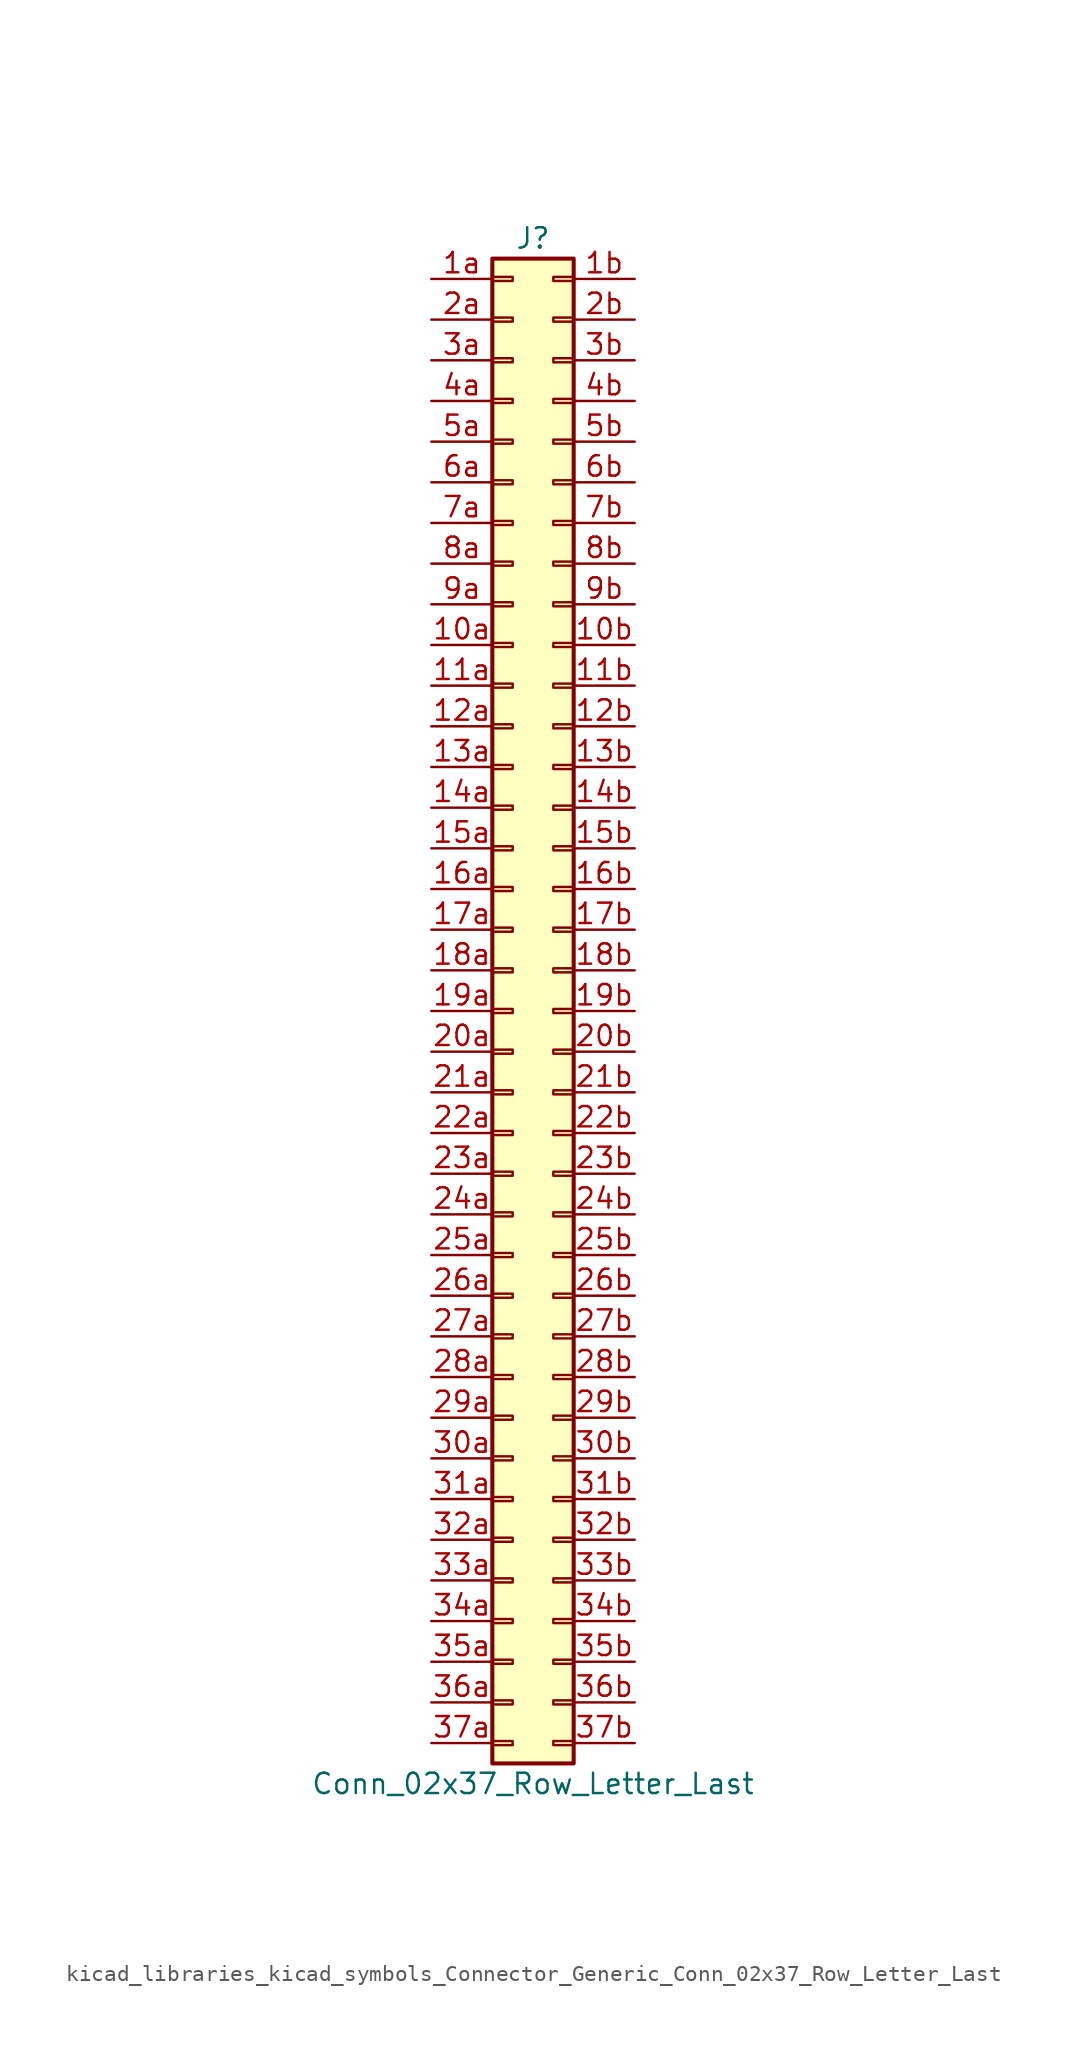
<source format=kicad_sym>
(kicad_symbol_lib
  (version 20220914)
  (generator kicad_symbol_editor)
  (symbol "kicad_libraries_kicad_symbols_Connector_Generic_Conn_02x37_Row_Letter_Last"
    (pin_names
      (offset 1.016) hide)
    (property "Reference" "J"
      (at 1.27 48.26 0)
      (effects (font (size 1.27 1.27))))
    (property "Value" "Conn_02x37_Row_Letter_Last"
      (at 1.27 -48.26 0)
      (effects (font (size 1.27 1.27))))
    (symbol "kicad_libraries_kicad_symbols_Connector_Generic_Conn_02x37_Row_Letter_Last_1_1"
      (rectangle (start -1.27 -45.593) (end 0 -45.847) (stroke (width 0.152) (type default)) (fill (type none)))
      (rectangle (start -1.27 -43.053) (end 0 -43.307) (stroke (width 0.152) (type default)) (fill (type none)))
      (rectangle (start -1.27 -40.513) (end 0 -40.767) (stroke (width 0.152) (type default)) (fill (type none)))
      (rectangle (start -1.27 -37.973) (end 0 -38.227) (stroke (width 0.152) (type default)) (fill (type none)))
      (rectangle (start -1.27 -35.433) (end 0 -35.687) (stroke (width 0.152) (type default)) (fill (type none)))
      (rectangle (start -1.27 -32.893) (end 0 -33.147) (stroke (width 0.152) (type default)) (fill (type none)))
      (rectangle (start -1.27 -30.353) (end 0 -30.607) (stroke (width 0.152) (type default)) (fill (type none)))
      (rectangle (start -1.27 -27.813) (end 0 -28.067) (stroke (width 0.152) (type default)) (fill (type none)))
      (rectangle (start -1.27 -25.273) (end 0 -25.527) (stroke (width 0.152) (type default)) (fill (type none)))
      (rectangle (start -1.27 -22.733) (end 0 -22.987) (stroke (width 0.152) (type default)) (fill (type none)))
      (rectangle (start -1.27 -20.193) (end 0 -20.447) (stroke (width 0.152) (type default)) (fill (type none)))
      (rectangle (start -1.27 -17.653) (end 0 -17.907) (stroke (width 0.152) (type default)) (fill (type none)))
      (rectangle (start -1.27 -15.113) (end 0 -15.367) (stroke (width 0.152) (type default)) (fill (type none)))
      (rectangle (start -1.27 -12.573) (end 0 -12.827) (stroke (width 0.152) (type default)) (fill (type none)))
      (rectangle (start -1.27 -10.033) (end 0 -10.287) (stroke (width 0.152) (type default)) (fill (type none)))
      (rectangle (start -1.27 -7.493) (end 0 -7.747) (stroke (width 0.152) (type default)) (fill (type none)))
      (rectangle (start -1.27 -4.953) (end 0 -5.207) (stroke (width 0.152) (type default)) (fill (type none)))
      (rectangle (start -1.27 -2.413) (end 0 -2.667) (stroke (width 0.152) (type default)) (fill (type none)))
      (rectangle (start -1.27 0.127) (end 0 -0.127) (stroke (width 0.152) (type default)) (fill (type none)))
      (rectangle (start -1.27 2.667) (end 0 2.413) (stroke (width 0.152) (type default)) (fill (type none)))
      (rectangle (start -1.27 5.207) (end 0 4.953) (stroke (width 0.152) (type default)) (fill (type none)))
      (rectangle (start -1.27 7.747) (end 0 7.493) (stroke (width 0.152) (type default)) (fill (type none)))
      (rectangle (start -1.27 10.287) (end 0 10.033) (stroke (width 0.152) (type default)) (fill (type none)))
      (rectangle (start -1.27 12.827) (end 0 12.573) (stroke (width 0.152) (type default)) (fill (type none)))
      (rectangle (start -1.27 15.367) (end 0 15.113) (stroke (width 0.152) (type default)) (fill (type none)))
      (rectangle (start -1.27 17.907) (end 0 17.653) (stroke (width 0.152) (type default)) (fill (type none)))
      (rectangle (start -1.27 20.447) (end 0 20.193) (stroke (width 0.152) (type default)) (fill (type none)))
      (rectangle (start -1.27 22.987) (end 0 22.733) (stroke (width 0.152) (type default)) (fill (type none)))
      (rectangle (start -1.27 25.527) (end 0 25.273) (stroke (width 0.152) (type default)) (fill (type none)))
      (rectangle (start -1.27 28.067) (end 0 27.813) (stroke (width 0.152) (type default)) (fill (type none)))
      (rectangle (start -1.27 30.607) (end 0 30.353) (stroke (width 0.152) (type default)) (fill (type none)))
      (rectangle (start -1.27 33.147) (end 0 32.893) (stroke (width 0.152) (type default)) (fill (type none)))
      (rectangle (start -1.27 35.687) (end 0 35.433) (stroke (width 0.152) (type default)) (fill (type none)))
      (rectangle (start -1.27 38.227) (end 0 37.973) (stroke (width 0.152) (type default)) (fill (type none)))
      (rectangle (start -1.27 40.767) (end 0 40.513) (stroke (width 0.152) (type default)) (fill (type none)))
      (rectangle (start -1.27 43.307) (end 0 43.053) (stroke (width 0.152) (type default)) (fill (type none)))
      (rectangle (start -1.27 45.847) (end 0 45.593) (stroke (width 0.152) (type default)) (fill (type none)))
      (rectangle (start -1.27 46.99) (end 3.81 -46.99) (stroke (width 0.254) (type default)) (fill (type background)))
      (rectangle (start 3.81 -45.593) (end 2.54 -45.847) (stroke (width 0.152) (type default)) (fill (type none)))
      (rectangle (start 3.81 -43.053) (end 2.54 -43.307) (stroke (width 0.152) (type default)) (fill (type none)))
      (rectangle (start 3.81 -40.513) (end 2.54 -40.767) (stroke (width 0.152) (type default)) (fill (type none)))
      (rectangle (start 3.81 -37.973) (end 2.54 -38.227) (stroke (width 0.152) (type default)) (fill (type none)))
      (rectangle (start 3.81 -35.433) (end 2.54 -35.687) (stroke (width 0.152) (type default)) (fill (type none)))
      (rectangle (start 3.81 -32.893) (end 2.54 -33.147) (stroke (width 0.152) (type default)) (fill (type none)))
      (rectangle (start 3.81 -30.353) (end 2.54 -30.607) (stroke (width 0.152) (type default)) (fill (type none)))
      (rectangle (start 3.81 -27.813) (end 2.54 -28.067) (stroke (width 0.152) (type default)) (fill (type none)))
      (rectangle (start 3.81 -25.273) (end 2.54 -25.527) (stroke (width 0.152) (type default)) (fill (type none)))
      (rectangle (start 3.81 -22.733) (end 2.54 -22.987) (stroke (width 0.152) (type default)) (fill (type none)))
      (rectangle (start 3.81 -20.193) (end 2.54 -20.447) (stroke (width 0.152) (type default)) (fill (type none)))
      (rectangle (start 3.81 -17.653) (end 2.54 -17.907) (stroke (width 0.152) (type default)) (fill (type none)))
      (rectangle (start 3.81 -15.113) (end 2.54 -15.367) (stroke (width 0.152) (type default)) (fill (type none)))
      (rectangle (start 3.81 -12.573) (end 2.54 -12.827) (stroke (width 0.152) (type default)) (fill (type none)))
      (rectangle (start 3.81 -10.033) (end 2.54 -10.287) (stroke (width 0.152) (type default)) (fill (type none)))
      (rectangle (start 3.81 -7.493) (end 2.54 -7.747) (stroke (width 0.152) (type default)) (fill (type none)))
      (rectangle (start 3.81 -4.953) (end 2.54 -5.207) (stroke (width 0.152) (type default)) (fill (type none)))
      (rectangle (start 3.81 -2.413) (end 2.54 -2.667) (stroke (width 0.152) (type default)) (fill (type none)))
      (rectangle (start 3.81 0.127) (end 2.54 -0.127) (stroke (width 0.152) (type default)) (fill (type none)))
      (rectangle (start 3.81 2.667) (end 2.54 2.413) (stroke (width 0.152) (type default)) (fill (type none)))
      (rectangle (start 3.81 5.207) (end 2.54 4.953) (stroke (width 0.152) (type default)) (fill (type none)))
      (rectangle (start 3.81 7.747) (end 2.54 7.493) (stroke (width 0.152) (type default)) (fill (type none)))
      (rectangle (start 3.81 10.287) (end 2.54 10.033) (stroke (width 0.152) (type default)) (fill (type none)))
      (rectangle (start 3.81 12.827) (end 2.54 12.573) (stroke (width 0.152) (type default)) (fill (type none)))
      (rectangle (start 3.81 15.367) (end 2.54 15.113) (stroke (width 0.152) (type default)) (fill (type none)))
      (rectangle (start 3.81 17.907) (end 2.54 17.653) (stroke (width 0.152) (type default)) (fill (type none)))
      (rectangle (start 3.81 20.447) (end 2.54 20.193) (stroke (width 0.152) (type default)) (fill (type none)))
      (rectangle (start 3.81 22.987) (end 2.54 22.733) (stroke (width 0.152) (type default)) (fill (type none)))
      (rectangle (start 3.81 25.527) (end 2.54 25.273) (stroke (width 0.152) (type default)) (fill (type none)))
      (rectangle (start 3.81 28.067) (end 2.54 27.813) (stroke (width 0.152) (type default)) (fill (type none)))
      (rectangle (start 3.81 30.607) (end 2.54 30.353) (stroke (width 0.152) (type default)) (fill (type none)))
      (rectangle (start 3.81 33.147) (end 2.54 32.893) (stroke (width 0.152) (type default)) (fill (type none)))
      (rectangle (start 3.81 35.687) (end 2.54 35.433) (stroke (width 0.152) (type default)) (fill (type none)))
      (rectangle (start 3.81 38.227) (end 2.54 37.973) (stroke (width 0.152) (type default)) (fill (type none)))
      (rectangle (start 3.81 40.767) (end 2.54 40.513) (stroke (width 0.152) (type default)) (fill (type none)))
      (rectangle (start 3.81 43.307) (end 2.54 43.053) (stroke (width 0.152) (type default)) (fill (type none)))
      (rectangle (start 3.81 45.847) (end 2.54 45.593) (stroke (width 0.152) (type default)) (fill (type none)))
      (pin passive line (at -5.08 22.86 0) (length 3.81) (name "Pin_10a" (effects (font (size 1.27 1.27)))) (number "10a" (effects (font (size 1.27 1.27)))))
      (pin passive line (at 7.62 22.86 180) (length 3.81) (name "Pin_10b" (effects (font (size 1.27 1.27)))) (number "10b" (effects (font (size 1.27 1.27)))))
      (pin passive line (at -5.08 20.32 0) (length 3.81) (name "Pin_11a" (effects (font (size 1.27 1.27)))) (number "11a" (effects (font (size 1.27 1.27)))))
      (pin passive line (at 7.62 20.32 180) (length 3.81) (name "Pin_11b" (effects (font (size 1.27 1.27)))) (number "11b" (effects (font (size 1.27 1.27)))))
      (pin passive line (at -5.08 17.78 0) (length 3.81) (name "Pin_12a" (effects (font (size 1.27 1.27)))) (number "12a" (effects (font (size 1.27 1.27)))))
      (pin passive line (at 7.62 17.78 180) (length 3.81) (name "Pin_12b" (effects (font (size 1.27 1.27)))) (number "12b" (effects (font (size 1.27 1.27)))))
      (pin passive line (at -5.08 15.24 0) (length 3.81) (name "Pin_13a" (effects (font (size 1.27 1.27)))) (number "13a" (effects (font (size 1.27 1.27)))))
      (pin passive line (at 7.62 15.24 180) (length 3.81) (name "Pin_13b" (effects (font (size 1.27 1.27)))) (number "13b" (effects (font (size 1.27 1.27)))))
      (pin passive line (at -5.08 12.7 0) (length 3.81) (name "Pin_14a" (effects (font (size 1.27 1.27)))) (number "14a" (effects (font (size 1.27 1.27)))))
      (pin passive line (at 7.62 12.7 180) (length 3.81) (name "Pin_14b" (effects (font (size 1.27 1.27)))) (number "14b" (effects (font (size 1.27 1.27)))))
      (pin passive line (at -5.08 10.16 0) (length 3.81) (name "Pin_15a" (effects (font (size 1.27 1.27)))) (number "15a" (effects (font (size 1.27 1.27)))))
      (pin passive line (at 7.62 10.16 180) (length 3.81) (name "Pin_15b" (effects (font (size 1.27 1.27)))) (number "15b" (effects (font (size 1.27 1.27)))))
      (pin passive line (at -5.08 7.62 0) (length 3.81) (name "Pin_16a" (effects (font (size 1.27 1.27)))) (number "16a" (effects (font (size 1.27 1.27)))))
      (pin passive line (at 7.62 7.62 180) (length 3.81) (name "Pin_16b" (effects (font (size 1.27 1.27)))) (number "16b" (effects (font (size 1.27 1.27)))))
      (pin passive line (at -5.08 5.08 0) (length 3.81) (name "Pin_17a" (effects (font (size 1.27 1.27)))) (number "17a" (effects (font (size 1.27 1.27)))))
      (pin passive line (at 7.62 5.08 180) (length 3.81) (name "Pin_17b" (effects (font (size 1.27 1.27)))) (number "17b" (effects (font (size 1.27 1.27)))))
      (pin passive line (at -5.08 2.54 0) (length 3.81) (name "Pin_18a" (effects (font (size 1.27 1.27)))) (number "18a" (effects (font (size 1.27 1.27)))))
      (pin passive line (at 7.62 2.54 180) (length 3.81) (name "Pin_18b" (effects (font (size 1.27 1.27)))) (number "18b" (effects (font (size 1.27 1.27)))))
      (pin passive line (at -5.08 0 0) (length 3.81) (name "Pin_19a" (effects (font (size 1.27 1.27)))) (number "19a" (effects (font (size 1.27 1.27)))))
      (pin passive line (at 7.62 0 180) (length 3.81) (name "Pin_19b" (effects (font (size 1.27 1.27)))) (number "19b" (effects (font (size 1.27 1.27)))))
      (pin passive line (at -5.08 45.72 0) (length 3.81) (name "Pin_1a" (effects (font (size 1.27 1.27)))) (number "1a" (effects (font (size 1.27 1.27)))))
      (pin passive line (at 7.62 45.72 180) (length 3.81) (name "Pin_1b" (effects (font (size 1.27 1.27)))) (number "1b" (effects (font (size 1.27 1.27)))))
      (pin passive line (at -5.08 -2.54 0) (length 3.81) (name "Pin_20a" (effects (font (size 1.27 1.27)))) (number "20a" (effects (font (size 1.27 1.27)))))
      (pin passive line (at 7.62 -2.54 180) (length 3.81) (name "Pin_20b" (effects (font (size 1.27 1.27)))) (number "20b" (effects (font (size 1.27 1.27)))))
      (pin passive line (at -5.08 -5.08 0) (length 3.81) (name "Pin_21a" (effects (font (size 1.27 1.27)))) (number "21a" (effects (font (size 1.27 1.27)))))
      (pin passive line (at 7.62 -5.08 180) (length 3.81) (name "Pin_21b" (effects (font (size 1.27 1.27)))) (number "21b" (effects (font (size 1.27 1.27)))))
      (pin passive line (at -5.08 -7.62 0) (length 3.81) (name "Pin_22a" (effects (font (size 1.27 1.27)))) (number "22a" (effects (font (size 1.27 1.27)))))
      (pin passive line (at 7.62 -7.62 180) (length 3.81) (name "Pin_22b" (effects (font (size 1.27 1.27)))) (number "22b" (effects (font (size 1.27 1.27)))))
      (pin passive line (at -5.08 -10.16 0) (length 3.81) (name "Pin_23a" (effects (font (size 1.27 1.27)))) (number "23a" (effects (font (size 1.27 1.27)))))
      (pin passive line (at 7.62 -10.16 180) (length 3.81) (name "Pin_23b" (effects (font (size 1.27 1.27)))) (number "23b" (effects (font (size 1.27 1.27)))))
      (pin passive line (at -5.08 -12.7 0) (length 3.81) (name "Pin_24a" (effects (font (size 1.27 1.27)))) (number "24a" (effects (font (size 1.27 1.27)))))
      (pin passive line (at 7.62 -12.7 180) (length 3.81) (name "Pin_24b" (effects (font (size 1.27 1.27)))) (number "24b" (effects (font (size 1.27 1.27)))))
      (pin passive line (at -5.08 -15.24 0) (length 3.81) (name "Pin_25a" (effects (font (size 1.27 1.27)))) (number "25a" (effects (font (size 1.27 1.27)))))
      (pin passive line (at 7.62 -15.24 180) (length 3.81) (name "Pin_25b" (effects (font (size 1.27 1.27)))) (number "25b" (effects (font (size 1.27 1.27)))))
      (pin passive line (at -5.08 -17.78 0) (length 3.81) (name "Pin_26a" (effects (font (size 1.27 1.27)))) (number "26a" (effects (font (size 1.27 1.27)))))
      (pin passive line (at 7.62 -17.78 180) (length 3.81) (name "Pin_26b" (effects (font (size 1.27 1.27)))) (number "26b" (effects (font (size 1.27 1.27)))))
      (pin passive line (at -5.08 -20.32 0) (length 3.81) (name "Pin_27a" (effects (font (size 1.27 1.27)))) (number "27a" (effects (font (size 1.27 1.27)))))
      (pin passive line (at 7.62 -20.32 180) (length 3.81) (name "Pin_27b" (effects (font (size 1.27 1.27)))) (number "27b" (effects (font (size 1.27 1.27)))))
      (pin passive line (at -5.08 -22.86 0) (length 3.81) (name "Pin_28a" (effects (font (size 1.27 1.27)))) (number "28a" (effects (font (size 1.27 1.27)))))
      (pin passive line (at 7.62 -22.86 180) (length 3.81) (name "Pin_28b" (effects (font (size 1.27 1.27)))) (number "28b" (effects (font (size 1.27 1.27)))))
      (pin passive line (at -5.08 -25.4 0) (length 3.81) (name "Pin_29a" (effects (font (size 1.27 1.27)))) (number "29a" (effects (font (size 1.27 1.27)))))
      (pin passive line (at 7.62 -25.4 180) (length 3.81) (name "Pin_29b" (effects (font (size 1.27 1.27)))) (number "29b" (effects (font (size 1.27 1.27)))))
      (pin passive line (at -5.08 43.18 0) (length 3.81) (name "Pin_2a" (effects (font (size 1.27 1.27)))) (number "2a" (effects (font (size 1.27 1.27)))))
      (pin passive line (at 7.62 43.18 180) (length 3.81) (name "Pin_2b" (effects (font (size 1.27 1.27)))) (number "2b" (effects (font (size 1.27 1.27)))))
      (pin passive line (at -5.08 -27.94 0) (length 3.81) (name "Pin_30a" (effects (font (size 1.27 1.27)))) (number "30a" (effects (font (size 1.27 1.27)))))
      (pin passive line (at 7.62 -27.94 180) (length 3.81) (name "Pin_30b" (effects (font (size 1.27 1.27)))) (number "30b" (effects (font (size 1.27 1.27)))))
      (pin passive line (at -5.08 -30.48 0) (length 3.81) (name "Pin_31a" (effects (font (size 1.27 1.27)))) (number "31a" (effects (font (size 1.27 1.27)))))
      (pin passive line (at 7.62 -30.48 180) (length 3.81) (name "Pin_31b" (effects (font (size 1.27 1.27)))) (number "31b" (effects (font (size 1.27 1.27)))))
      (pin passive line (at -5.08 -33.02 0) (length 3.81) (name "Pin_32a" (effects (font (size 1.27 1.27)))) (number "32a" (effects (font (size 1.27 1.27)))))
      (pin passive line (at 7.62 -33.02 180) (length 3.81) (name "Pin_32b" (effects (font (size 1.27 1.27)))) (number "32b" (effects (font (size 1.27 1.27)))))
      (pin passive line (at -5.08 -35.56 0) (length 3.81) (name "Pin_33a" (effects (font (size 1.27 1.27)))) (number "33a" (effects (font (size 1.27 1.27)))))
      (pin passive line (at 7.62 -35.56 180) (length 3.81) (name "Pin_33b" (effects (font (size 1.27 1.27)))) (number "33b" (effects (font (size 1.27 1.27)))))
      (pin passive line (at -5.08 -38.1 0) (length 3.81) (name "Pin_34a" (effects (font (size 1.27 1.27)))) (number "34a" (effects (font (size 1.27 1.27)))))
      (pin passive line (at 7.62 -38.1 180) (length 3.81) (name "Pin_34b" (effects (font (size 1.27 1.27)))) (number "34b" (effects (font (size 1.27 1.27)))))
      (pin passive line (at -5.08 -40.64 0) (length 3.81) (name "Pin_35a" (effects (font (size 1.27 1.27)))) (number "35a" (effects (font (size 1.27 1.27)))))
      (pin passive line (at 7.62 -40.64 180) (length 3.81) (name "Pin_35b" (effects (font (size 1.27 1.27)))) (number "35b" (effects (font (size 1.27 1.27)))))
      (pin passive line (at -5.08 -43.18 0) (length 3.81) (name "Pin_36a" (effects (font (size 1.27 1.27)))) (number "36a" (effects (font (size 1.27 1.27)))))
      (pin passive line (at 7.62 -43.18 180) (length 3.81) (name "Pin_36b" (effects (font (size 1.27 1.27)))) (number "36b" (effects (font (size 1.27 1.27)))))
      (pin passive line (at -5.08 -45.72 0) (length 3.81) (name "Pin_37a" (effects (font (size 1.27 1.27)))) (number "37a" (effects (font (size 1.27 1.27)))))
      (pin passive line (at 7.62 -45.72 180) (length 3.81) (name "Pin_37b" (effects (font (size 1.27 1.27)))) (number "37b" (effects (font (size 1.27 1.27)))))
      (pin passive line (at -5.08 40.64 0) (length 3.81) (name "Pin_3a" (effects (font (size 1.27 1.27)))) (number "3a" (effects (font (size 1.27 1.27)))))
      (pin passive line (at 7.62 40.64 180) (length 3.81) (name "Pin_3b" (effects (font (size 1.27 1.27)))) (number "3b" (effects (font (size 1.27 1.27)))))
      (pin passive line (at -5.08 38.1 0) (length 3.81) (name "Pin_4a" (effects (font (size 1.27 1.27)))) (number "4a" (effects (font (size 1.27 1.27)))))
      (pin passive line (at 7.62 38.1 180) (length 3.81) (name "Pin_4b" (effects (font (size 1.27 1.27)))) (number "4b" (effects (font (size 1.27 1.27)))))
      (pin passive line (at -5.08 35.56 0) (length 3.81) (name "Pin_5a" (effects (font (size 1.27 1.27)))) (number "5a" (effects (font (size 1.27 1.27)))))
      (pin passive line (at 7.62 35.56 180) (length 3.81) (name "Pin_5b" (effects (font (size 1.27 1.27)))) (number "5b" (effects (font (size 1.27 1.27)))))
      (pin passive line (at -5.08 33.02 0) (length 3.81) (name "Pin_6a" (effects (font (size 1.27 1.27)))) (number "6a" (effects (font (size 1.27 1.27)))))
      (pin passive line (at 7.62 33.02 180) (length 3.81) (name "Pin_6b" (effects (font (size 1.27 1.27)))) (number "6b" (effects (font (size 1.27 1.27)))))
      (pin passive line (at -5.08 30.48 0) (length 3.81) (name "Pin_7a" (effects (font (size 1.27 1.27)))) (number "7a" (effects (font (size 1.27 1.27)))))
      (pin passive line (at 7.62 30.48 180) (length 3.81) (name "Pin_7b" (effects (font (size 1.27 1.27)))) (number "7b" (effects (font (size 1.27 1.27)))))
      (pin passive line (at -5.08 27.94 0) (length 3.81) (name "Pin_8a" (effects (font (size 1.27 1.27)))) (number "8a" (effects (font (size 1.27 1.27)))))
      (pin passive line (at 7.62 27.94 180) (length 3.81) (name "Pin_8b" (effects (font (size 1.27 1.27)))) (number "8b" (effects (font (size 1.27 1.27)))))
      (pin passive line (at -5.08 25.4 0) (length 3.81) (name "Pin_9a" (effects (font (size 1.27 1.27)))) (number "9a" (effects (font (size 1.27 1.27)))))
      (pin passive line (at 7.62 25.4 180) (length 3.81) (name "Pin_9b" (effects (font (size 1.27 1.27)))) (number "9b" (effects (font (size 1.27 1.27))))))))
</source>
